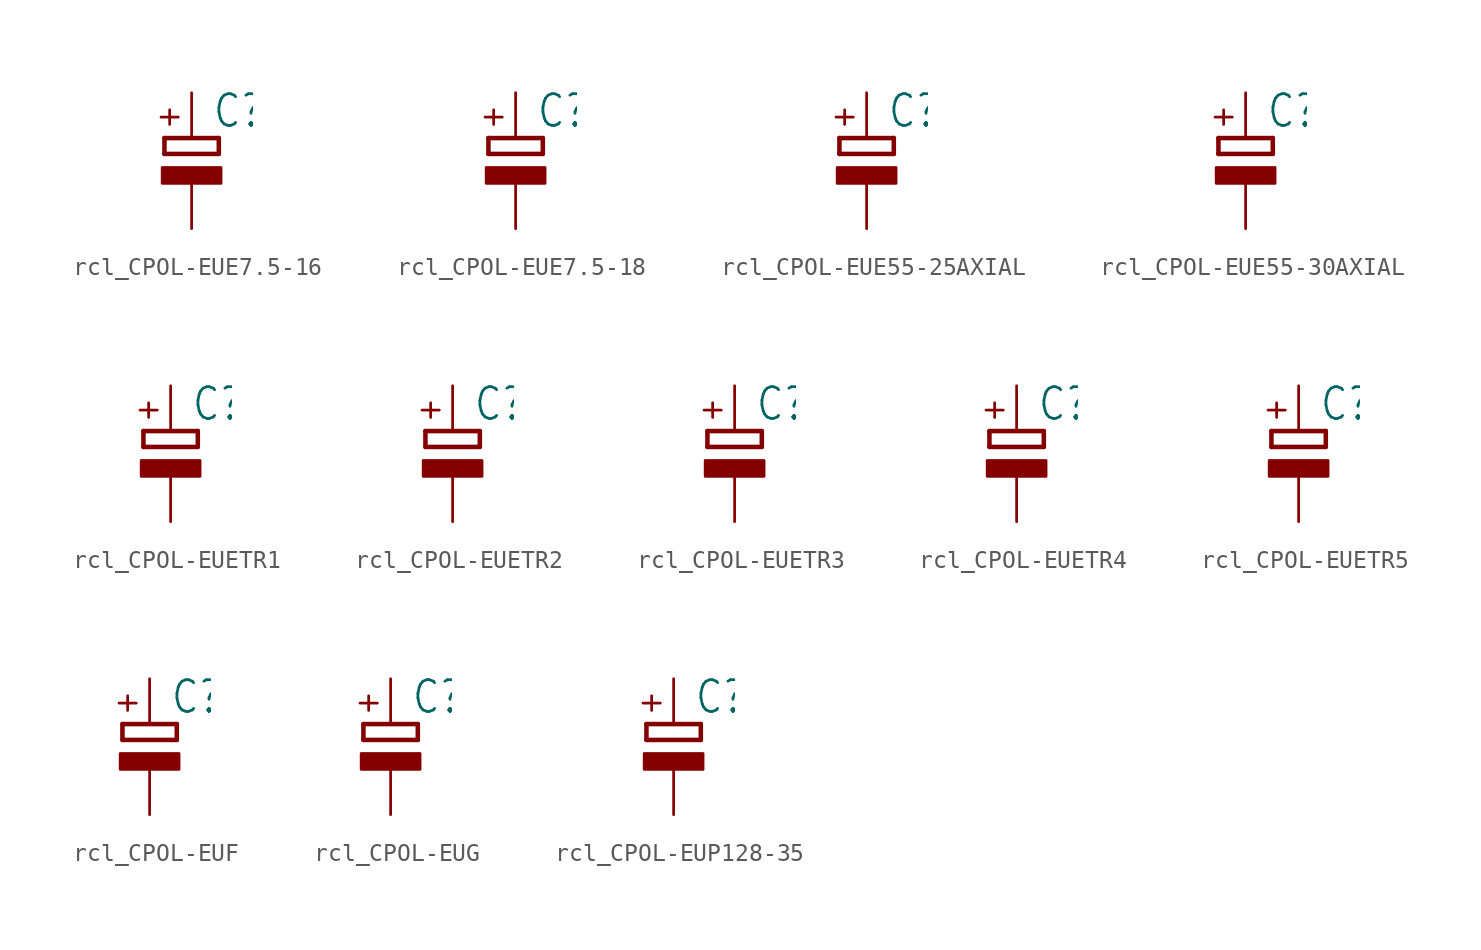
<source format=kicad_sym>
(kicad_symbol_lib
  (version 20241209)
  (generator "kicad_symbol_editor")
  (generator_version "9.0")
  (symbol "rcl_CPOL-EUE7.5-16"
    (property "Reference" "C"
      (at 1.143 0.483 0)
      (effects (font (size 1.778 1.511)) (justify left bottom)))
    (property "Value" ""
      (at 1.143 -4.597 0)
      (effects (font (size 1.778 1.511)) (justify left bottom)))
    (property "ki_locked" ""
      (at 0 0 0)
      (effects (font (size 1.27 1.27))))
    (symbol "rcl_CPOL-EUE7.5-16_1_0"
      (rectangle (start -1.651 -2.54) (end 1.651 -1.651) (stroke (width 0) (type default)) (fill (type outline)))
      (polyline (pts (xy -1.524 0) (xy -1.524 -0.889)) (stroke (width 0.254) (type solid)) (fill (type none)))
      (polyline (pts (xy -1.524 0) (xy 1.524 0)) (stroke (width 0.254) (type solid)) (fill (type none)))
      (polyline (pts (xy -1.524 -0.889) (xy 1.524 -0.889)) (stroke (width 0.254) (type solid)) (fill (type none)))
      (polyline (pts (xy 1.524 -0.889) (xy 1.524 0)) (stroke (width 0.254) (type solid)) (fill (type none)))
      (text "+" (at -0.584 0.406 900) (effects (font (size 1.27 1.079)) (justify left bottom)))
      (pin passive line (at 0 2.54 270) (length 2.54) (name "+" (effects (font (size 0 0)))) (number "+" (effects (font (size 0 0)))))
      (pin passive line (at 0 -5.08 90) (length 2.54) (name "-" (effects (font (size 0 0)))) (number "-" (effects (font (size 0 0)))))))
  (symbol "rcl_CPOL-EUE7.5-18"
    (property "Reference" "C"
      (at 1.143 0.483 0)
      (effects (font (size 1.778 1.511)) (justify left bottom)))
    (property "Value" ""
      (at 1.143 -4.597 0)
      (effects (font (size 1.778 1.511)) (justify left bottom)))
    (property "ki_locked" ""
      (at 0 0 0)
      (effects (font (size 1.27 1.27))))
    (symbol "rcl_CPOL-EUE7.5-18_1_0"
      (rectangle (start -1.651 -2.54) (end 1.651 -1.651) (stroke (width 0) (type default)) (fill (type outline)))
      (polyline (pts (xy -1.524 0) (xy -1.524 -0.889)) (stroke (width 0.254) (type solid)) (fill (type none)))
      (polyline (pts (xy -1.524 0) (xy 1.524 0)) (stroke (width 0.254) (type solid)) (fill (type none)))
      (polyline (pts (xy -1.524 -0.889) (xy 1.524 -0.889)) (stroke (width 0.254) (type solid)) (fill (type none)))
      (polyline (pts (xy 1.524 -0.889) (xy 1.524 0)) (stroke (width 0.254) (type solid)) (fill (type none)))
      (text "+" (at -0.584 0.406 900) (effects (font (size 1.27 1.079)) (justify left bottom)))
      (pin passive line (at 0 2.54 270) (length 2.54) (name "+" (effects (font (size 0 0)))) (number "+" (effects (font (size 0 0)))))
      (pin passive line (at 0 -5.08 90) (length 2.54) (name "-" (effects (font (size 0 0)))) (number "-" (effects (font (size 0 0)))))))
  (symbol "rcl_CPOL-EUE55-25AXIAL"
    (property "Reference" "C"
      (at 1.143 0.483 0)
      (effects (font (size 1.778 1.511)) (justify left bottom)))
    (property "Value" ""
      (at 1.143 -4.597 0)
      (effects (font (size 1.778 1.511)) (justify left bottom)))
    (property "ki_locked" ""
      (at 0 0 0)
      (effects (font (size 1.27 1.27))))
    (symbol "rcl_CPOL-EUE55-25AXIAL_1_0"
      (rectangle (start -1.651 -2.54) (end 1.651 -1.651) (stroke (width 0) (type default)) (fill (type outline)))
      (polyline (pts (xy -1.524 0) (xy -1.524 -0.889)) (stroke (width 0.254) (type solid)) (fill (type none)))
      (polyline (pts (xy -1.524 0) (xy 1.524 0)) (stroke (width 0.254) (type solid)) (fill (type none)))
      (polyline (pts (xy -1.524 -0.889) (xy 1.524 -0.889)) (stroke (width 0.254) (type solid)) (fill (type none)))
      (polyline (pts (xy 1.524 -0.889) (xy 1.524 0)) (stroke (width 0.254) (type solid)) (fill (type none)))
      (text "+" (at -0.584 0.406 900) (effects (font (size 1.27 1.079)) (justify left bottom)))
      (pin passive line (at 0 2.54 270) (length 2.54) (name "+" (effects (font (size 0 0)))) (number "+" (effects (font (size 0 0)))))
      (pin passive line (at 0 -5.08 90) (length 2.54) (name "-" (effects (font (size 0 0)))) (number "-" (effects (font (size 0 0)))))))
  (symbol "rcl_CPOL-EUE55-30AXIAL"
    (property "Reference" "C"
      (at 1.143 0.483 0)
      (effects (font (size 1.778 1.511)) (justify left bottom)))
    (property "Value" ""
      (at 1.143 -4.597 0)
      (effects (font (size 1.778 1.511)) (justify left bottom)))
    (property "ki_locked" ""
      (at 0 0 0)
      (effects (font (size 1.27 1.27))))
    (symbol "rcl_CPOL-EUE55-30AXIAL_1_0"
      (rectangle (start -1.651 -2.54) (end 1.651 -1.651) (stroke (width 0) (type default)) (fill (type outline)))
      (polyline (pts (xy -1.524 0) (xy -1.524 -0.889)) (stroke (width 0.254) (type solid)) (fill (type none)))
      (polyline (pts (xy -1.524 0) (xy 1.524 0)) (stroke (width 0.254) (type solid)) (fill (type none)))
      (polyline (pts (xy -1.524 -0.889) (xy 1.524 -0.889)) (stroke (width 0.254) (type solid)) (fill (type none)))
      (polyline (pts (xy 1.524 -0.889) (xy 1.524 0)) (stroke (width 0.254) (type solid)) (fill (type none)))
      (text "+" (at -0.584 0.406 900) (effects (font (size 1.27 1.079)) (justify left bottom)))
      (pin passive line (at 0 2.54 270) (length 2.54) (name "+" (effects (font (size 0 0)))) (number "+" (effects (font (size 0 0)))))
      (pin passive line (at 0 -5.08 90) (length 2.54) (name "-" (effects (font (size 0 0)))) (number "-" (effects (font (size 0 0)))))))
  (symbol "rcl_CPOL-EUETR1"
    (property "Reference" "C"
      (at 1.143 0.483 0)
      (effects (font (size 1.778 1.511)) (justify left bottom)))
    (property "Value" ""
      (at 1.143 -4.597 0)
      (effects (font (size 1.778 1.511)) (justify left bottom)))
    (property "ki_locked" ""
      (at 0 0 0)
      (effects (font (size 1.27 1.27))))
    (symbol "rcl_CPOL-EUETR1_1_0"
      (rectangle (start -1.651 -2.54) (end 1.651 -1.651) (stroke (width 0) (type default)) (fill (type outline)))
      (polyline (pts (xy -1.524 0) (xy -1.524 -0.889)) (stroke (width 0.254) (type solid)) (fill (type none)))
      (polyline (pts (xy -1.524 0) (xy 1.524 0)) (stroke (width 0.254) (type solid)) (fill (type none)))
      (polyline (pts (xy -1.524 -0.889) (xy 1.524 -0.889)) (stroke (width 0.254) (type solid)) (fill (type none)))
      (polyline (pts (xy 1.524 -0.889) (xy 1.524 0)) (stroke (width 0.254) (type solid)) (fill (type none)))
      (text "+" (at -0.584 0.406 900) (effects (font (size 1.27 1.079)) (justify left bottom)))
      (pin passive line (at 0 2.54 270) (length 2.54) (name "+" (effects (font (size 0 0)))) (number "+" (effects (font (size 0 0)))))
      (pin passive line (at 0 -5.08 90) (length 2.54) (name "-" (effects (font (size 0 0)))) (number "-" (effects (font (size 0 0)))))))
  (symbol "rcl_CPOL-EUETR2"
    (property "Reference" "C"
      (at 1.143 0.483 0)
      (effects (font (size 1.778 1.511)) (justify left bottom)))
    (property "Value" ""
      (at 1.143 -4.597 0)
      (effects (font (size 1.778 1.511)) (justify left bottom)))
    (property "ki_locked" ""
      (at 0 0 0)
      (effects (font (size 1.27 1.27))))
    (symbol "rcl_CPOL-EUETR2_1_0"
      (rectangle (start -1.651 -2.54) (end 1.651 -1.651) (stroke (width 0) (type default)) (fill (type outline)))
      (polyline (pts (xy -1.524 0) (xy -1.524 -0.889)) (stroke (width 0.254) (type solid)) (fill (type none)))
      (polyline (pts (xy -1.524 0) (xy 1.524 0)) (stroke (width 0.254) (type solid)) (fill (type none)))
      (polyline (pts (xy -1.524 -0.889) (xy 1.524 -0.889)) (stroke (width 0.254) (type solid)) (fill (type none)))
      (polyline (pts (xy 1.524 -0.889) (xy 1.524 0)) (stroke (width 0.254) (type solid)) (fill (type none)))
      (text "+" (at -0.584 0.406 900) (effects (font (size 1.27 1.079)) (justify left bottom)))
      (pin passive line (at 0 2.54 270) (length 2.54) (name "+" (effects (font (size 0 0)))) (number "+" (effects (font (size 0 0)))))
      (pin passive line (at 0 -5.08 90) (length 2.54) (name "-" (effects (font (size 0 0)))) (number "-" (effects (font (size 0 0)))))))
  (symbol "rcl_CPOL-EUETR3"
    (property "Reference" "C"
      (at 1.143 0.483 0)
      (effects (font (size 1.778 1.511)) (justify left bottom)))
    (property "Value" ""
      (at 1.143 -4.597 0)
      (effects (font (size 1.778 1.511)) (justify left bottom)))
    (property "ki_locked" ""
      (at 0 0 0)
      (effects (font (size 1.27 1.27))))
    (symbol "rcl_CPOL-EUETR3_1_0"
      (rectangle (start -1.651 -2.54) (end 1.651 -1.651) (stroke (width 0) (type default)) (fill (type outline)))
      (polyline (pts (xy -1.524 0) (xy -1.524 -0.889)) (stroke (width 0.254) (type solid)) (fill (type none)))
      (polyline (pts (xy -1.524 0) (xy 1.524 0)) (stroke (width 0.254) (type solid)) (fill (type none)))
      (polyline (pts (xy -1.524 -0.889) (xy 1.524 -0.889)) (stroke (width 0.254) (type solid)) (fill (type none)))
      (polyline (pts (xy 1.524 -0.889) (xy 1.524 0)) (stroke (width 0.254) (type solid)) (fill (type none)))
      (text "+" (at -0.584 0.406 900) (effects (font (size 1.27 1.079)) (justify left bottom)))
      (pin passive line (at 0 2.54 270) (length 2.54) (name "+" (effects (font (size 0 0)))) (number "+" (effects (font (size 0 0)))))
      (pin passive line (at 0 -5.08 90) (length 2.54) (name "-" (effects (font (size 0 0)))) (number "-" (effects (font (size 0 0)))))))
  (symbol "rcl_CPOL-EUETR4"
    (property "Reference" "C"
      (at 1.143 0.483 0)
      (effects (font (size 1.778 1.511)) (justify left bottom)))
    (property "Value" ""
      (at 1.143 -4.597 0)
      (effects (font (size 1.778 1.511)) (justify left bottom)))
    (property "ki_locked" ""
      (at 0 0 0)
      (effects (font (size 1.27 1.27))))
    (symbol "rcl_CPOL-EUETR4_1_0"
      (rectangle (start -1.651 -2.54) (end 1.651 -1.651) (stroke (width 0) (type default)) (fill (type outline)))
      (polyline (pts (xy -1.524 0) (xy -1.524 -0.889)) (stroke (width 0.254) (type solid)) (fill (type none)))
      (polyline (pts (xy -1.524 0) (xy 1.524 0)) (stroke (width 0.254) (type solid)) (fill (type none)))
      (polyline (pts (xy -1.524 -0.889) (xy 1.524 -0.889)) (stroke (width 0.254) (type solid)) (fill (type none)))
      (polyline (pts (xy 1.524 -0.889) (xy 1.524 0)) (stroke (width 0.254) (type solid)) (fill (type none)))
      (text "+" (at -0.584 0.406 900) (effects (font (size 1.27 1.079)) (justify left bottom)))
      (pin passive line (at 0 2.54 270) (length 2.54) (name "+" (effects (font (size 0 0)))) (number "+" (effects (font (size 0 0)))))
      (pin passive line (at 0 -5.08 90) (length 2.54) (name "-" (effects (font (size 0 0)))) (number "-" (effects (font (size 0 0)))))))
  (symbol "rcl_CPOL-EUETR5"
    (property "Reference" "C"
      (at 1.143 0.483 0)
      (effects (font (size 1.778 1.511)) (justify left bottom)))
    (property "Value" ""
      (at 1.143 -4.597 0)
      (effects (font (size 1.778 1.511)) (justify left bottom)))
    (property "ki_locked" ""
      (at 0 0 0)
      (effects (font (size 1.27 1.27))))
    (symbol "rcl_CPOL-EUETR5_1_0"
      (rectangle (start -1.651 -2.54) (end 1.651 -1.651) (stroke (width 0) (type default)) (fill (type outline)))
      (polyline (pts (xy -1.524 0) (xy -1.524 -0.889)) (stroke (width 0.254) (type solid)) (fill (type none)))
      (polyline (pts (xy -1.524 0) (xy 1.524 0)) (stroke (width 0.254) (type solid)) (fill (type none)))
      (polyline (pts (xy -1.524 -0.889) (xy 1.524 -0.889)) (stroke (width 0.254) (type solid)) (fill (type none)))
      (polyline (pts (xy 1.524 -0.889) (xy 1.524 0)) (stroke (width 0.254) (type solid)) (fill (type none)))
      (text "+" (at -0.584 0.406 900) (effects (font (size 1.27 1.079)) (justify left bottom)))
      (pin passive line (at 0 2.54 270) (length 2.54) (name "+" (effects (font (size 0 0)))) (number "+" (effects (font (size 0 0)))))
      (pin passive line (at 0 -5.08 90) (length 2.54) (name "-" (effects (font (size 0 0)))) (number "-" (effects (font (size 0 0)))))))
  (symbol "rcl_CPOL-EUF"
    (property "Reference" "C"
      (at 1.143 0.483 0)
      (effects (font (size 1.778 1.511)) (justify left bottom)))
    (property "Value" ""
      (at 1.143 -4.597 0)
      (effects (font (size 1.778 1.511)) (justify left bottom)))
    (property "ki_locked" ""
      (at 0 0 0)
      (effects (font (size 1.27 1.27))))
    (symbol "rcl_CPOL-EUF_1_0"
      (rectangle (start -1.651 -2.54) (end 1.651 -1.651) (stroke (width 0) (type default)) (fill (type outline)))
      (polyline (pts (xy -1.524 0) (xy -1.524 -0.889)) (stroke (width 0.254) (type solid)) (fill (type none)))
      (polyline (pts (xy -1.524 0) (xy 1.524 0)) (stroke (width 0.254) (type solid)) (fill (type none)))
      (polyline (pts (xy -1.524 -0.889) (xy 1.524 -0.889)) (stroke (width 0.254) (type solid)) (fill (type none)))
      (polyline (pts (xy 1.524 -0.889) (xy 1.524 0)) (stroke (width 0.254) (type solid)) (fill (type none)))
      (text "+" (at -0.584 0.406 900) (effects (font (size 1.27 1.079)) (justify left bottom)))
      (pin passive line (at 0 2.54 270) (length 2.54) (name "+" (effects (font (size 0 0)))) (number "+" (effects (font (size 0 0)))))
      (pin passive line (at 0 -5.08 90) (length 2.54) (name "-" (effects (font (size 0 0)))) (number "-" (effects (font (size 0 0)))))))
  (symbol "rcl_CPOL-EUG"
    (property "Reference" "C"
      (at 1.143 0.483 0)
      (effects (font (size 1.778 1.511)) (justify left bottom)))
    (property "Value" ""
      (at 1.143 -4.597 0)
      (effects (font (size 1.778 1.511)) (justify left bottom)))
    (property "ki_locked" ""
      (at 0 0 0)
      (effects (font (size 1.27 1.27))))
    (symbol "rcl_CPOL-EUG_1_0"
      (rectangle (start -1.651 -2.54) (end 1.651 -1.651) (stroke (width 0) (type default)) (fill (type outline)))
      (polyline (pts (xy -1.524 0) (xy -1.524 -0.889)) (stroke (width 0.254) (type solid)) (fill (type none)))
      (polyline (pts (xy -1.524 0) (xy 1.524 0)) (stroke (width 0.254) (type solid)) (fill (type none)))
      (polyline (pts (xy -1.524 -0.889) (xy 1.524 -0.889)) (stroke (width 0.254) (type solid)) (fill (type none)))
      (polyline (pts (xy 1.524 -0.889) (xy 1.524 0)) (stroke (width 0.254) (type solid)) (fill (type none)))
      (text "+" (at -0.584 0.406 900) (effects (font (size 1.27 1.079)) (justify left bottom)))
      (pin passive line (at 0 2.54 270) (length 2.54) (name "+" (effects (font (size 0 0)))) (number "+" (effects (font (size 0 0)))))
      (pin passive line (at 0 -5.08 90) (length 2.54) (name "-" (effects (font (size 0 0)))) (number "-" (effects (font (size 0 0)))))))
  (symbol "rcl_CPOL-EUP128-35"
    (property "Reference" "C"
      (at 1.143 0.483 0)
      (effects (font (size 1.778 1.511)) (justify left bottom)))
    (property "Value" ""
      (at 1.143 -4.597 0)
      (effects (font (size 1.778 1.511)) (justify left bottom)))
    (property "ki_locked" ""
      (at 0 0 0)
      (effects (font (size 1.27 1.27))))
    (symbol "rcl_CPOL-EUP128-35_1_0"
      (rectangle (start -1.651 -2.54) (end 1.651 -1.651) (stroke (width 0) (type default)) (fill (type outline)))
      (polyline (pts (xy -1.524 0) (xy -1.524 -0.889)) (stroke (width 0.254) (type solid)) (fill (type none)))
      (polyline (pts (xy -1.524 0) (xy 1.524 0)) (stroke (width 0.254) (type solid)) (fill (type none)))
      (polyline (pts (xy -1.524 -0.889) (xy 1.524 -0.889)) (stroke (width 0.254) (type solid)) (fill (type none)))
      (polyline (pts (xy 1.524 -0.889) (xy 1.524 0)) (stroke (width 0.254) (type solid)) (fill (type none)))
      (text "+" (at -0.584 0.406 900) (effects (font (size 1.27 1.079)) (justify left bottom)))
      (pin passive line (at 0 2.54 270) (length 2.54) (name "+" (effects (font (size 0 0)))) (number "+" (effects (font (size 0 0)))))
      (pin passive line (at 0 -5.08 90) (length 2.54) (name "-" (effects (font (size 0 0)))) (number "-" (effects (font (size 0 0))))))))
</source>
